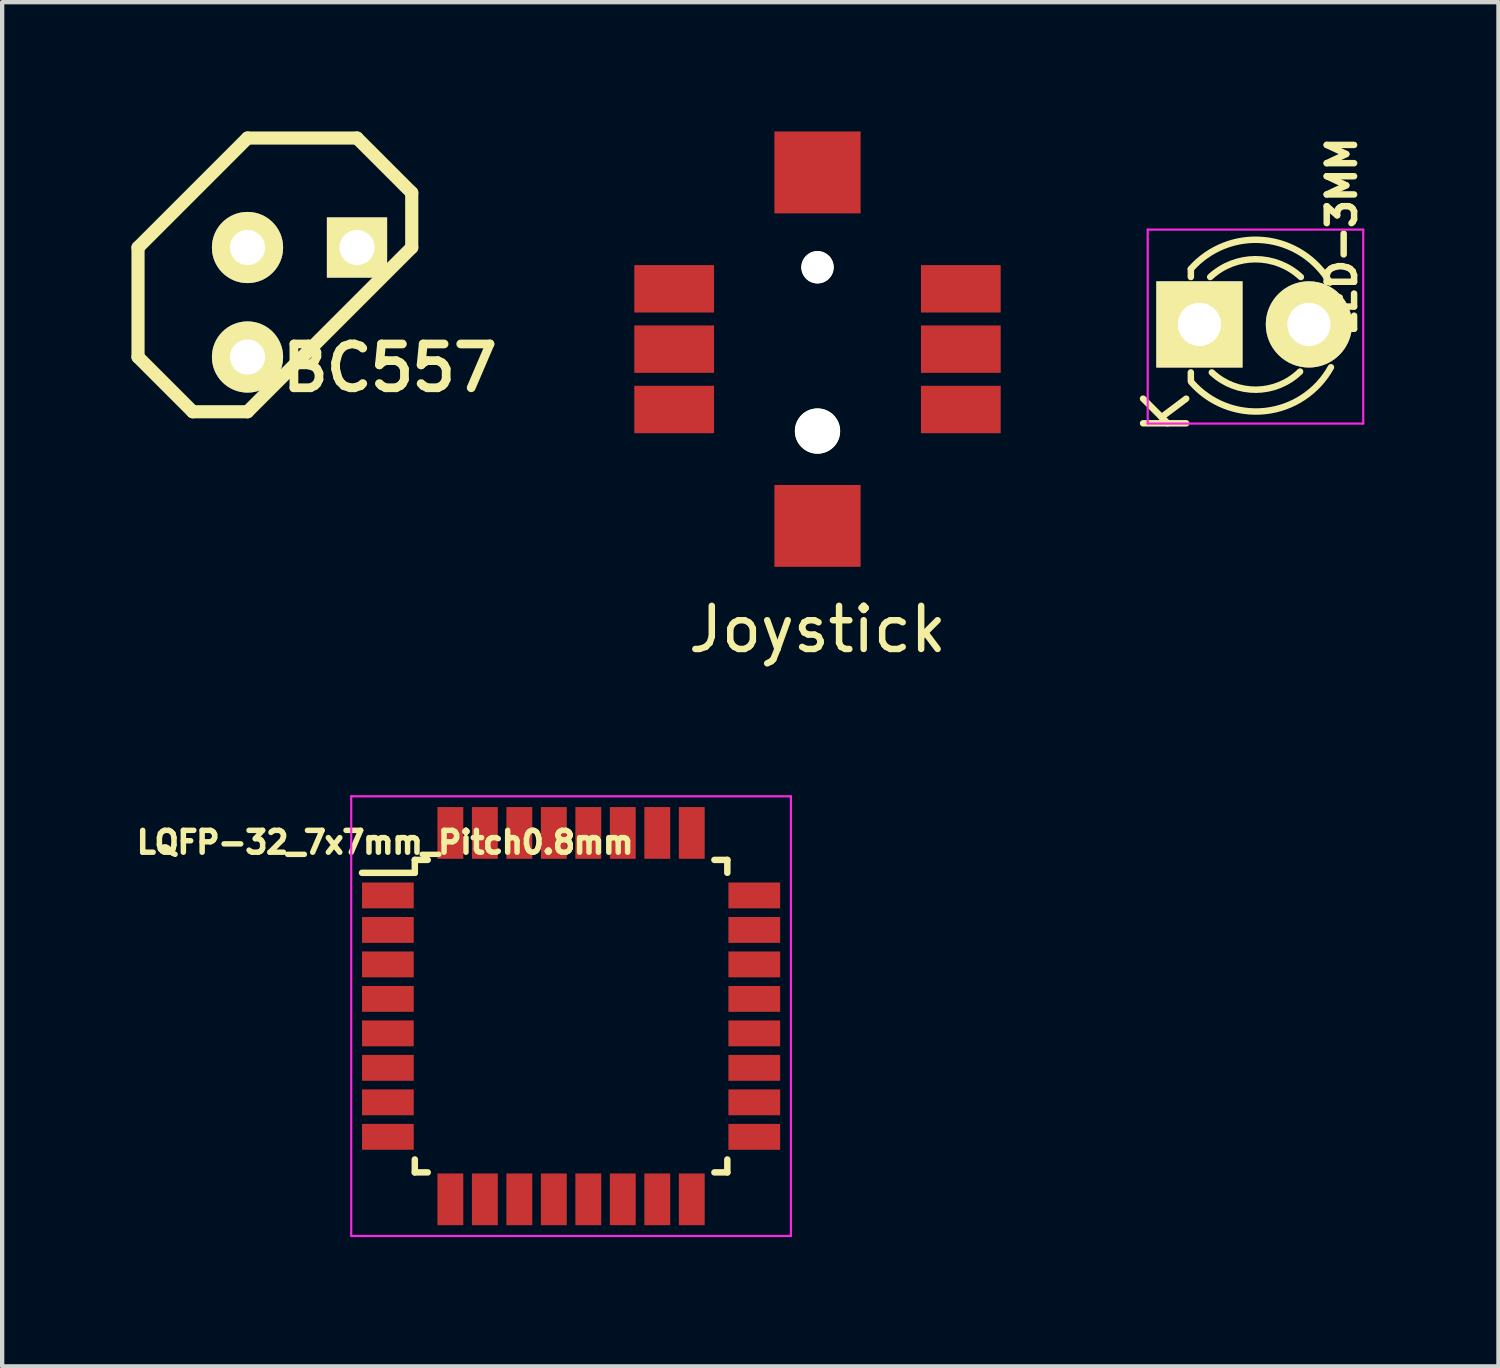
<source format=kicad_pcb>
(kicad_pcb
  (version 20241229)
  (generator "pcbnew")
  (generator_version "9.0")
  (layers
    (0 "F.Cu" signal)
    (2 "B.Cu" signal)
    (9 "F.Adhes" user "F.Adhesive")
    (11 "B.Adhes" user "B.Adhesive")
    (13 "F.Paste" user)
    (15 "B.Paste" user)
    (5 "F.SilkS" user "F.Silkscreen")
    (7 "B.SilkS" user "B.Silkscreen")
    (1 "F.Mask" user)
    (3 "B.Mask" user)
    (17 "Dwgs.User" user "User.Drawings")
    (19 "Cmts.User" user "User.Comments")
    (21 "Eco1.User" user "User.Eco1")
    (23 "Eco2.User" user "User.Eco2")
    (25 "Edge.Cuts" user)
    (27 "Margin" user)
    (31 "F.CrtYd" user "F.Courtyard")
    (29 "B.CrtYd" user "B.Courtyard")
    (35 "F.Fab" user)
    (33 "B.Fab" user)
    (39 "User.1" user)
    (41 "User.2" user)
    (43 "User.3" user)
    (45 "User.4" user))
  (footprint "Joystick"
    (layer "F.Cu")
    (at 15.915 5.05)
    (property "Reference" "Joystick" (at 0 6.5 0) (layer "F.SilkS") (effects (font (size 1 1) (thickness 0.15))))
    (attr through_hole)
    (pad "" smd rect (at 0 -4.1) (size 2 1.9) (layers "F.Cu" "F.Mask" "F.Paste"))
    (pad "" np_thru_hole circle (at 0 -1.9) (size 0.75 0.75) (drill 0.75) (layers "*.Cu" "*.Mask" "F.SilkS"))
    (pad "" np_thru_hole circle (at 0 1.9) (size 1.05 1.05) (drill 1.05) (layers "*.Cu" "*.Mask" "F.SilkS"))
    (pad "" smd rect (at 0 4.1) (size 2 1.9) (layers "F.Cu" "F.Mask" "F.Paste"))
    (pad "1" smd rect (at -3.325 -1.4) (size 1.85 1.1) (layers "F.Cu" "F.Mask" "F.Paste"))
    (pad "2" smd rect (at -3.325 0) (size 1.85 1.1) (layers "F.Cu" "F.Mask" "F.Paste"))
    (pad "3" smd rect (at -3.325 1.4) (size 1.85 1.1) (layers "F.Cu" "F.Mask" "F.Paste"))
    (pad "4" smd rect (at 3.325 -1.4) (size 1.85 1.1) (layers "F.Cu" "F.Mask" "F.Paste"))
    (pad "5" smd rect (at 3.325 0) (size 1.85 1.1) (layers "F.Cu" "F.Mask" "F.Paste"))
    (pad "6" smd rect (at 3.325 1.4) (size 1.85 1.1) (layers "F.Cu" "F.Mask" "F.Paste")))
  (footprint "LED-3MM"
    (layer "F.Cu")
    (at 24.775 4.476)
    (property "Reference" "LED-3MM" (at 3.302 -2.032 90) (layer "F.SilkS") (effects (font (size 0.635 0.635) (thickness 0.15))))
    (attr through_hole)
    (fp_line (start -0.199 -1.28) (end -0.199 -1.1) (stroke (width 0.15) (type solid)) (layer "F.SilkS"))
    (fp_line (start -0.199 1.314) (end -0.199 1.114) (stroke (width 0.15) (type solid)) (layer "F.SilkS"))
    (fp_arc (start -0.199 -1.286) (mid 1.495903 -1.954571) (end 3.028744 -0.969643) (stroke (width 0.15) (type solid)) (layer "F.SilkS"))
    (fp_arc (start 0.25 -1.1) (mid 1.301686 -1.512142) (end 2.353005 -1.099067) (stroke (width 0.15) (type solid)) (layer "F.SilkS"))
    (fp_arc (start 2.335 1.094) (mid 1.31492 1.51473) (end 0.287111 1.113252) (stroke (width 0.15) (type solid)) (layer "F.SilkS"))
    (fp_arc (start 3.051 0.994) (mid 1.522637 2.009958) (end -0.18622 1.340726) (stroke (width 0.15) (type solid)) (layer "F.SilkS"))
    (fp_line (start -1.2 -2.2) (end -1.2 2.3) (stroke (width 0.05) (type solid)) (layer "F.CrtYd"))
    (fp_line (start -1.2 2.3) (end 3.8 2.3) (stroke (width 0.05) (type solid)) (layer "F.CrtYd"))
    (fp_line (start 3.8 -2.2) (end -1.2 -2.2) (stroke (width 0.05) (type solid)) (layer "F.CrtYd"))
    (fp_line (start 3.8 2.3) (end 3.8 -2.2) (stroke (width 0.05) (type solid)) (layer "F.CrtYd"))
    (fp_text user "K" (at -0.762 2.032 90) (layer "F.SilkS") (effects (font (size 1 1) (thickness 0.15))))
    (pad "1" thru_hole circle (at 2.54 0) (size 2 2) (drill 1.001) (layers "*.Cu" "*.Mask" "F.SilkS"))
    (pad "2" thru_hole rect (at 0 0 90) (size 2 2) (drill 1.001) (layers "*.Cu" "*.Mask" "F.SilkS")))
  (footprint "LQFP-32_7x7mm_Pitch0.8mm"
    (layer "F.Cu")
    (at 10.198 20.523)
    (property "Reference" "LQFP-32_7x7mm_Pitch0.8mm" (at -4.313 -4.031 0) (layer "F.SilkS") (effects (font (size 0.508 0.508) (thickness 0.127))))
    (attr smd)
    (fp_line (start -3.625 -3.625) (end -3.625 -3.325) (stroke (width 0.15) (type solid)) (layer "F.SilkS"))
    (fp_line (start -3.625 -3.625) (end -3.325 -3.625) (stroke (width 0.15) (type solid)) (layer "F.SilkS"))
    (fp_line (start -3.625 -3.325) (end -4.85 -3.325) (stroke (width 0.15) (type solid)) (layer "F.SilkS"))
    (fp_line (start -3.625 3.625) (end -3.625 3.325) (stroke (width 0.15) (type solid)) (layer "F.SilkS"))
    (fp_line (start -3.625 3.625) (end -3.325 3.625) (stroke (width 0.15) (type solid)) (layer "F.SilkS"))
    (fp_line (start 3.625 -3.625) (end 3.325 -3.625) (stroke (width 0.15) (type solid)) (layer "F.SilkS"))
    (fp_line (start 3.625 -3.625) (end 3.625 -3.325) (stroke (width 0.15) (type solid)) (layer "F.SilkS"))
    (fp_line (start 3.625 3.625) (end 3.325 3.625) (stroke (width 0.15) (type solid)) (layer "F.SilkS"))
    (fp_line (start 3.625 3.625) (end 3.625 3.325) (stroke (width 0.15) (type solid)) (layer "F.SilkS"))
    (fp_line (start -5.1 -5.1) (end -5.1 5.1) (stroke (width 0.05) (type solid)) (layer "F.CrtYd"))
    (fp_line (start -5.1 -5.1) (end 5.1 -5.1) (stroke (width 0.05) (type solid)) (layer "F.CrtYd"))
    (fp_line (start -5.1 5.1) (end 5.1 5.1) (stroke (width 0.05) (type solid)) (layer "F.CrtYd"))
    (fp_line (start 5.1 -5.1) (end 5.1 5.1) (stroke (width 0.05) (type solid)) (layer "F.CrtYd"))
    (pad "1" smd rect (at -4.25 -2.8) (size 1.2 0.6) (layers "F.Cu" "F.Mask" "F.Paste"))
    (pad "2" smd rect (at -4.25 -2) (size 1.2 0.6) (layers "F.Cu" "F.Mask" "F.Paste"))
    (pad "3" smd rect (at -4.25 -1.2) (size 1.2 0.6) (layers "F.Cu" "F.Mask" "F.Paste"))
    (pad "4" smd rect (at -4.25 -0.4) (size 1.2 0.6) (layers "F.Cu" "F.Mask" "F.Paste"))
    (pad "5" smd rect (at -4.25 0.4) (size 1.2 0.6) (layers "F.Cu" "F.Mask" "F.Paste"))
    (pad "6" smd rect (at -4.25 1.2) (size 1.2 0.6) (layers "F.Cu" "F.Mask" "F.Paste"))
    (pad "7" smd rect (at -4.25 2) (size 1.2 0.6) (layers "F.Cu" "F.Mask" "F.Paste"))
    (pad "8" smd rect (at -4.25 2.8) (size 1.2 0.6) (layers "F.Cu" "F.Mask" "F.Paste"))
    (pad "9" smd rect (at -2.8 4.25 90) (size 1.2 0.6) (layers "F.Cu" "F.Mask" "F.Paste"))
    (pad "10" smd rect (at -2 4.25 90) (size 1.2 0.6) (layers "F.Cu" "F.Mask" "F.Paste"))
    (pad "11" smd rect (at -1.2 4.25 90) (size 1.2 0.6) (layers "F.Cu" "F.Mask" "F.Paste"))
    (pad "12" smd rect (at -0.4 4.25 90) (size 1.2 0.6) (layers "F.Cu" "F.Mask" "F.Paste"))
    (pad "13" smd rect (at 0.4 4.25 90) (size 1.2 0.6) (layers "F.Cu" "F.Mask" "F.Paste"))
    (pad "14" smd rect (at 1.2 4.25 90) (size 1.2 0.6) (layers "F.Cu" "F.Mask" "F.Paste"))
    (pad "15" smd rect (at 2 4.25 90) (size 1.2 0.6) (layers "F.Cu" "F.Mask" "F.Paste"))
    (pad "16" smd rect (at 2.8 4.25 90) (size 1.2 0.6) (layers "F.Cu" "F.Mask" "F.Paste"))
    (pad "17" smd rect (at 4.25 2.8) (size 1.2 0.6) (layers "F.Cu" "F.Mask" "F.Paste"))
    (pad "18" smd rect (at 4.25 2) (size 1.2 0.6) (layers "F.Cu" "F.Mask" "F.Paste"))
    (pad "19" smd rect (at 4.25 1.2) (size 1.2 0.6) (layers "F.Cu" "F.Mask" "F.Paste"))
    (pad "20" smd rect (at 4.25 0.4) (size 1.2 0.6) (layers "F.Cu" "F.Mask" "F.Paste"))
    (pad "21" smd rect (at 4.25 -0.4) (size 1.2 0.6) (layers "F.Cu" "F.Mask" "F.Paste"))
    (pad "22" smd rect (at 4.25 -1.2) (size 1.2 0.6) (layers "F.Cu" "F.Mask" "F.Paste"))
    (pad "23" smd rect (at 4.25 -2) (size 1.2 0.6) (layers "F.Cu" "F.Mask" "F.Paste"))
    (pad "24" smd rect (at 4.25 -2.8) (size 1.2 0.6) (layers "F.Cu" "F.Mask" "F.Paste"))
    (pad "25" smd rect (at 2.8 -4.25 90) (size 1.2 0.6) (layers "F.Cu" "F.Mask" "F.Paste"))
    (pad "26" smd rect (at 2 -4.25 90) (size 1.2 0.6) (layers "F.Cu" "F.Mask" "F.Paste"))
    (pad "27" smd rect (at 1.2 -4.25 90) (size 1.2 0.6) (layers "F.Cu" "F.Mask" "F.Paste"))
    (pad "28" smd rect (at 0.4 -4.25 90) (size 1.2 0.6) (layers "F.Cu" "F.Mask" "F.Paste"))
    (pad "29" smd rect (at -0.4 -4.25 90) (size 1.2 0.6) (layers "F.Cu" "F.Mask" "F.Paste"))
    (pad "30" smd rect (at -1.2 -4.25 90) (size 1.2 0.6) (layers "F.Cu" "F.Mask" "F.Paste"))
    (pad "31" smd rect (at -2 -4.25 90) (size 1.2 0.6) (layers "F.Cu" "F.Mask" "F.Paste"))
    (pad "32" smd rect (at -2.8 -4.25 90) (size 1.2 0.6) (layers "F.Cu" "F.Mask" "F.Paste")))
  (footprint "BC557"
    (layer "F.Cu")
    (at 3.962 3.962)
    (property "Reference" "BC557" (at 2.032 1.524 0) (layer "F.SilkS") (effects (font (size 1.016 1.016) (thickness 0.203))))
    (attr through_hole)
    (fp_line (start -3.81 -1.27) (end -3.81 1.27) (stroke (width 0.305) (type solid)) (layer "F.SilkS"))
    (fp_line (start -3.81 1.27) (end -2.54 2.54) (stroke (width 0.305) (type solid)) (layer "F.SilkS"))
    (fp_line (start -2.54 2.54) (end -1.27 2.54) (stroke (width 0.305) (type solid)) (layer "F.SilkS"))
    (fp_line (start -1.27 -3.81) (end -3.81 -1.27) (stroke (width 0.305) (type solid)) (layer "F.SilkS"))
    (fp_line (start -1.27 2.54) (end 2.54 -1.27) (stroke (width 0.305) (type solid)) (layer "F.SilkS"))
    (fp_line (start 1.27 -3.81) (end -1.27 -3.81) (stroke (width 0.305) (type solid)) (layer "F.SilkS"))
    (fp_line (start 2.54 -2.54) (end 1.27 -3.81) (stroke (width 0.305) (type solid)) (layer "F.SilkS"))
    (fp_line (start 2.54 -1.27) (end 2.54 -2.54) (stroke (width 0.305) (type solid)) (layer "F.SilkS"))
    (pad "1" thru_hole rect (at 1.27 -1.27) (size 1.397 1.397) (drill 0.813) (layers "*.Cu" "*.Mask" "F.SilkS"))
    (pad "2" thru_hole circle (at -1.27 -1.27) (size 1.651 1.651) (drill 0.813) (layers "*.Cu" "*.Mask" "F.SilkS"))
    (pad "3" thru_hole circle (at -1.27 1.27) (size 1.651 1.651) (drill 0.813) (layers "*.Cu" "*.Mask" "F.SilkS")))
  (gr_rect
    (start -3 -3)
    (end 31.712 28.648)
    (stroke (width 0.1) (type default))
    (fill no)
    (layer "Edge.Cuts")))
</source>
